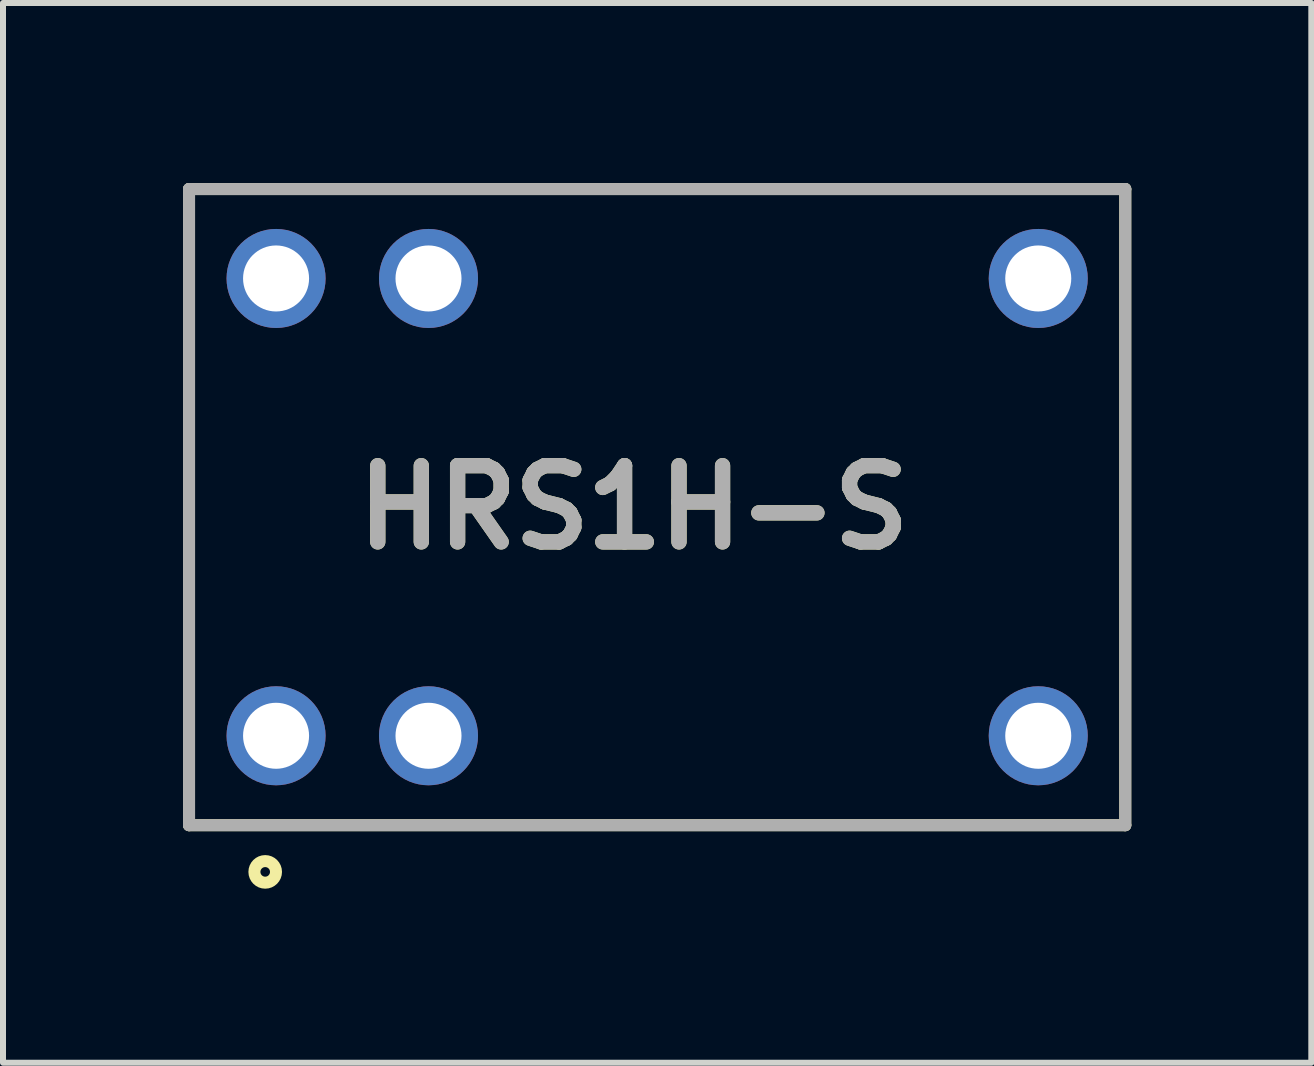
<source format=kicad_pcb>
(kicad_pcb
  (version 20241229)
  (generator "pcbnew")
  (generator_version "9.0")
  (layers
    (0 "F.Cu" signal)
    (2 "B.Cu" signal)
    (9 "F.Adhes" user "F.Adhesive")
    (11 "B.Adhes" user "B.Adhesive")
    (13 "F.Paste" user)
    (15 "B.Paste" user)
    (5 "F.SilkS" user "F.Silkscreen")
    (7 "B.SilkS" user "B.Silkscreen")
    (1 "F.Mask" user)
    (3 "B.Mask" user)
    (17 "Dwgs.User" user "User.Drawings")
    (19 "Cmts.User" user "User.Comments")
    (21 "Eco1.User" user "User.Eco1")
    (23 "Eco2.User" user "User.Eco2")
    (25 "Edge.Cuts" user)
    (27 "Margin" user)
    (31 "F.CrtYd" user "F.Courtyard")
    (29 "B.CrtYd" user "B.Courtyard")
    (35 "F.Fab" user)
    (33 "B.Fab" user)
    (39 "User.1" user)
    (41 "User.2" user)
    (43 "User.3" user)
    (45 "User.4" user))
  (footprint "HRS1H-S"
    (layer "F.Cu")
    (at 7.9 5.4)
    (property "Reference" "HRS1H-S" (at -0.392 0.005 0) (layer "F.SilkS") (effects (font (size 1.27 1.27) (thickness 0.254))))
    (attr through_hole)
    (fp_line (start -7.8 -5.3) (end 7.8 -5.3) (stroke (width 0.2) (type solid)) (layer "F.SilkS"))
    (fp_line (start -7.8 5.3) (end -7.8 -5.3) (stroke (width 0.2) (type solid)) (layer "F.SilkS"))
    (fp_line (start 7.8 -5.3) (end 7.8 5.3) (stroke (width 0.2) (type solid)) (layer "F.SilkS"))
    (fp_line (start 7.8 5.3) (end -7.8 5.3) (stroke (width 0.2) (type solid)) (layer "F.SilkS"))
    (fp_circle (center -6.531 6.078) (end -6.531 6.158) (stroke (width 0.2) (type solid)) (fill no) (layer "F.SilkS"))
    (fp_line (start -7.8 -5.3) (end 7.8 -5.3) (stroke (width 0.2) (type solid)) (layer "F.Fab"))
    (fp_line (start -7.8 5.3) (end -7.8 -5.3) (stroke (width 0.2) (type solid)) (layer "F.Fab"))
    (fp_line (start 7.8 -5.3) (end 7.8 5.3) (stroke (width 0.2) (type solid)) (layer "F.Fab"))
    (fp_line (start 7.8 5.3) (end -7.8 5.3) (stroke (width 0.2) (type solid)) (layer "F.Fab"))
    (fp_text user "${REFERENCE}" (at -0.392 0.005 0) (layer "F.Fab") (effects (font (size 1.27 1.27) (thickness 0.254))))
    (pad "1" thru_hole circle (at -6.35 3.81) (size 1.65 1.65) (drill 1.1) (layers "*.Cu" "*.Mask"))
    (pad "2" thru_hole circle (at -3.81 3.81) (size 1.65 1.65) (drill 1.1) (layers "*.Cu" "*.Mask"))
    (pad "3" thru_hole circle (at 6.35 3.81) (size 1.65 1.65) (drill 1.1) (layers "*.Cu" "*.Mask"))
    (pad "4" thru_hole circle (at 6.35 -3.81) (size 1.65 1.65) (drill 1.1) (layers "*.Cu" "*.Mask"))
    (pad "5" thru_hole circle (at -3.81 -3.81) (size 1.65 1.65) (drill 1.1) (layers "*.Cu" "*.Mask"))
    (pad "6" thru_hole circle (at -6.35 -3.81) (size 1.65 1.65) (drill 1.1) (layers "*.Cu" "*.Mask")))
  (gr_rect
    (start -3 -3)
    (end 18.8 14.658)
    (stroke (width 0.1) (type default))
    (fill no)
    (layer "Edge.Cuts")))
</source>
